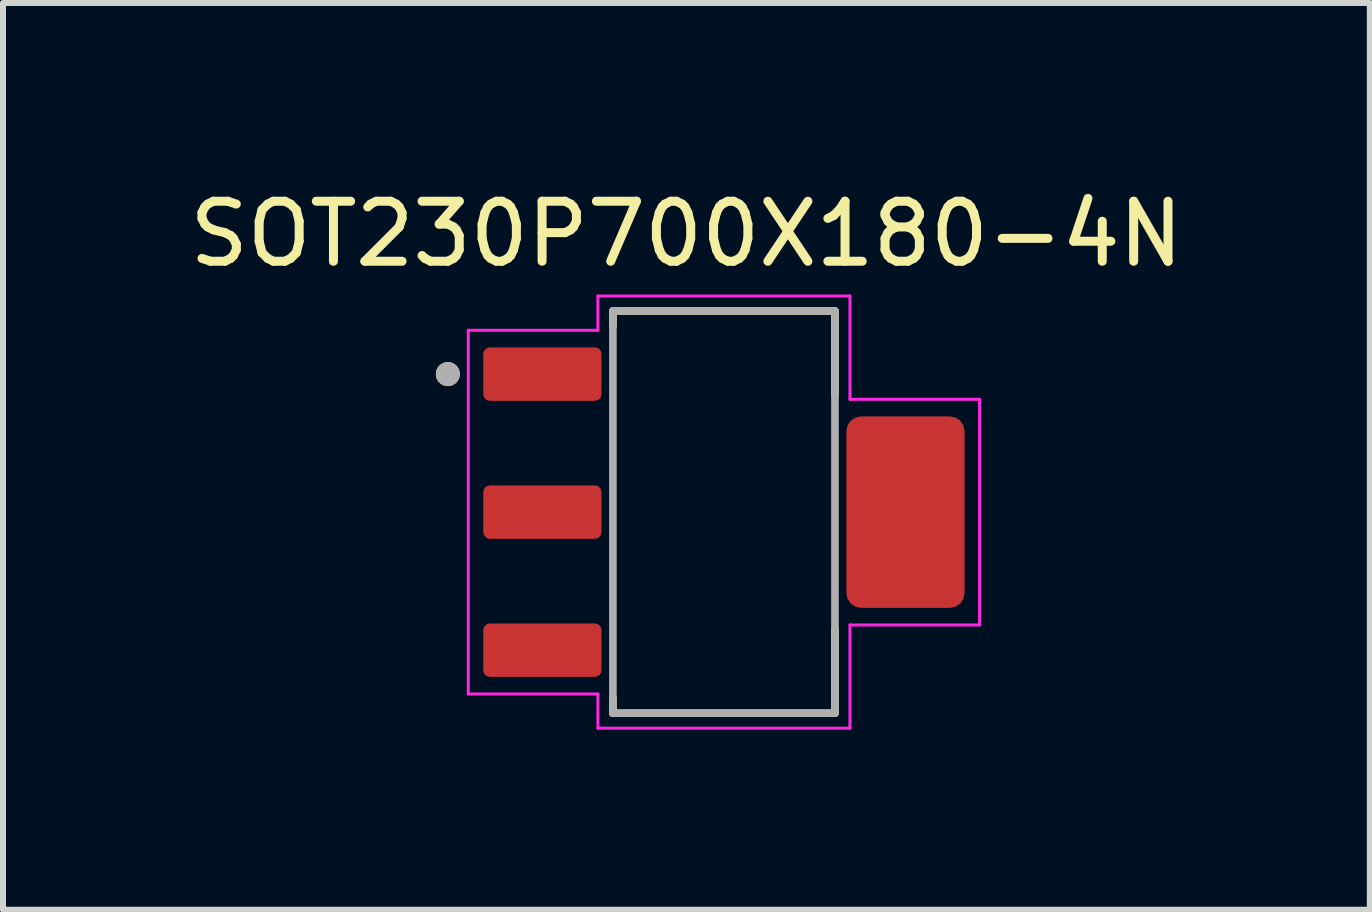
<source format=kicad_pcb>
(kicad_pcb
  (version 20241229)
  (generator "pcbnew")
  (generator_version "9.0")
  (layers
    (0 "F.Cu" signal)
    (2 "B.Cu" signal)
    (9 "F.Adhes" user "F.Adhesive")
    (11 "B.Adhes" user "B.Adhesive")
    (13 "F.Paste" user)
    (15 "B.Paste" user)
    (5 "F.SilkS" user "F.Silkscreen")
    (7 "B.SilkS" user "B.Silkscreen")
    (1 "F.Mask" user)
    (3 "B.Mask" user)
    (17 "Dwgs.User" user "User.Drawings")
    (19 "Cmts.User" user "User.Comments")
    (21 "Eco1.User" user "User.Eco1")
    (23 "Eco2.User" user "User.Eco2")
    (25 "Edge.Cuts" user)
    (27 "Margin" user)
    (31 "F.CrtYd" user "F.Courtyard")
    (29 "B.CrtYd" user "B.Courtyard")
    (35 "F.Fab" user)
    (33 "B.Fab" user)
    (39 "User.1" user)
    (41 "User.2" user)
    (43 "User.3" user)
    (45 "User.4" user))
  (footprint "SOT230P700X180-4N"
    (layer "F.Cu")
    (at 9.012 5.483)
    (property "Reference" "SOT230P700X180-4N" (at -0.625 -4.635 0) (layer "F.SilkS") (effects (font (size 1 1) (thickness 0.15))))
    (attr smd)
    (fp_line (start -1.85 -3.35) (end -1.85 -3.1) (stroke (width 0.127) (type solid)) (layer "F.SilkS"))
    (fp_line (start -1.85 3.35) (end -1.85 3.1) (stroke (width 0.127) (type solid)) (layer "F.SilkS"))
    (fp_line (start 1.85 -3.35) (end -1.85 -3.35) (stroke (width 0.127) (type solid)) (layer "F.SilkS"))
    (fp_line (start 1.85 -1.95) (end 1.85 -3.35) (stroke (width 0.127) (type solid)) (layer "F.SilkS"))
    (fp_line (start 1.85 1.95) (end 1.85 3.35) (stroke (width 0.127) (type solid)) (layer "F.SilkS"))
    (fp_line (start 1.85 3.35) (end -1.85 3.35) (stroke (width 0.127) (type solid)) (layer "F.SilkS"))
    (fp_circle (center -4.6 -2.3) (end -4.5 -2.3) (stroke (width 0.2) (type solid)) (fill no) (layer "F.SilkS"))
    (fp_line (start -4.26 -3.03) (end -4.26 3.03) (stroke (width 0.05) (type solid)) (layer "F.CrtYd"))
    (fp_line (start -4.26 3.03) (end -2.1 3.03) (stroke (width 0.05) (type solid)) (layer "F.CrtYd"))
    (fp_line (start -2.1 -3.6) (end -2.1 -3.03) (stroke (width 0.05) (type solid)) (layer "F.CrtYd"))
    (fp_line (start -2.1 -3.6) (end 2.1 -3.6) (stroke (width 0.05) (type solid)) (layer "F.CrtYd"))
    (fp_line (start -2.1 -3.03) (end -4.26 -3.03) (stroke (width 0.05) (type solid)) (layer "F.CrtYd"))
    (fp_line (start -2.1 3.03) (end -2.1 3.6) (stroke (width 0.05) (type solid)) (layer "F.CrtYd"))
    (fp_line (start 2.1 -3.6) (end 2.1 -1.88) (stroke (width 0.05) (type solid)) (layer "F.CrtYd"))
    (fp_line (start 2.1 -1.88) (end 4.26 -1.88) (stroke (width 0.05) (type solid)) (layer "F.CrtYd"))
    (fp_line (start 2.1 1.88) (end 2.1 3.6) (stroke (width 0.05) (type solid)) (layer "F.CrtYd"))
    (fp_line (start 2.1 3.6) (end -2.1 3.6) (stroke (width 0.05) (type solid)) (layer "F.CrtYd"))
    (fp_line (start 4.26 -1.88) (end 4.26 1.88) (stroke (width 0.05) (type solid)) (layer "F.CrtYd"))
    (fp_line (start 4.26 1.88) (end 2.1 1.88) (stroke (width 0.05) (type solid)) (layer "F.CrtYd"))
    (fp_line (start -1.85 -3.35) (end 1.85 -3.35) (stroke (width 0.127) (type solid)) (layer "F.Fab"))
    (fp_line (start -1.85 3.35) (end -1.85 -3.35) (stroke (width 0.127) (type solid)) (layer "F.Fab"))
    (fp_line (start 1.85 -3.35) (end 1.85 3.35) (stroke (width 0.127) (type solid)) (layer "F.Fab"))
    (fp_line (start 1.85 3.35) (end -1.85 3.35) (stroke (width 0.127) (type solid)) (layer "F.Fab"))
    (fp_circle (center -4.6 -2.3) (end -4.5 -2.3) (stroke (width 0.2) (type solid)) (fill no) (layer "F.Fab"))
    (pad "1" smd roundrect (at -3.025 -2.3) (size 1.97 0.89) (layers "F.Cu" "F.Mask" "F.Paste") (roundrect_rratio 0.125))
    (pad "2" smd roundrect (at -3.025 0) (size 1.97 0.89) (layers "F.Cu" "F.Mask" "F.Paste") (roundrect_rratio 0.125))
    (pad "3" smd roundrect (at -3.025 2.3) (size 1.97 0.89) (layers "F.Cu" "F.Mask" "F.Paste") (roundrect_rratio 0.125))
    (pad "4" smd roundrect (at 3.025 0) (size 1.97 3.19) (layers "F.Cu" "F.Mask" "F.Paste") (roundrect_rratio 0.125)))
  (gr_rect
    (start -3 -3)
    (end 19.774 12.108)
    (stroke (width 0.1) (type default))
    (fill no)
    (layer "Edge.Cuts")))
</source>
